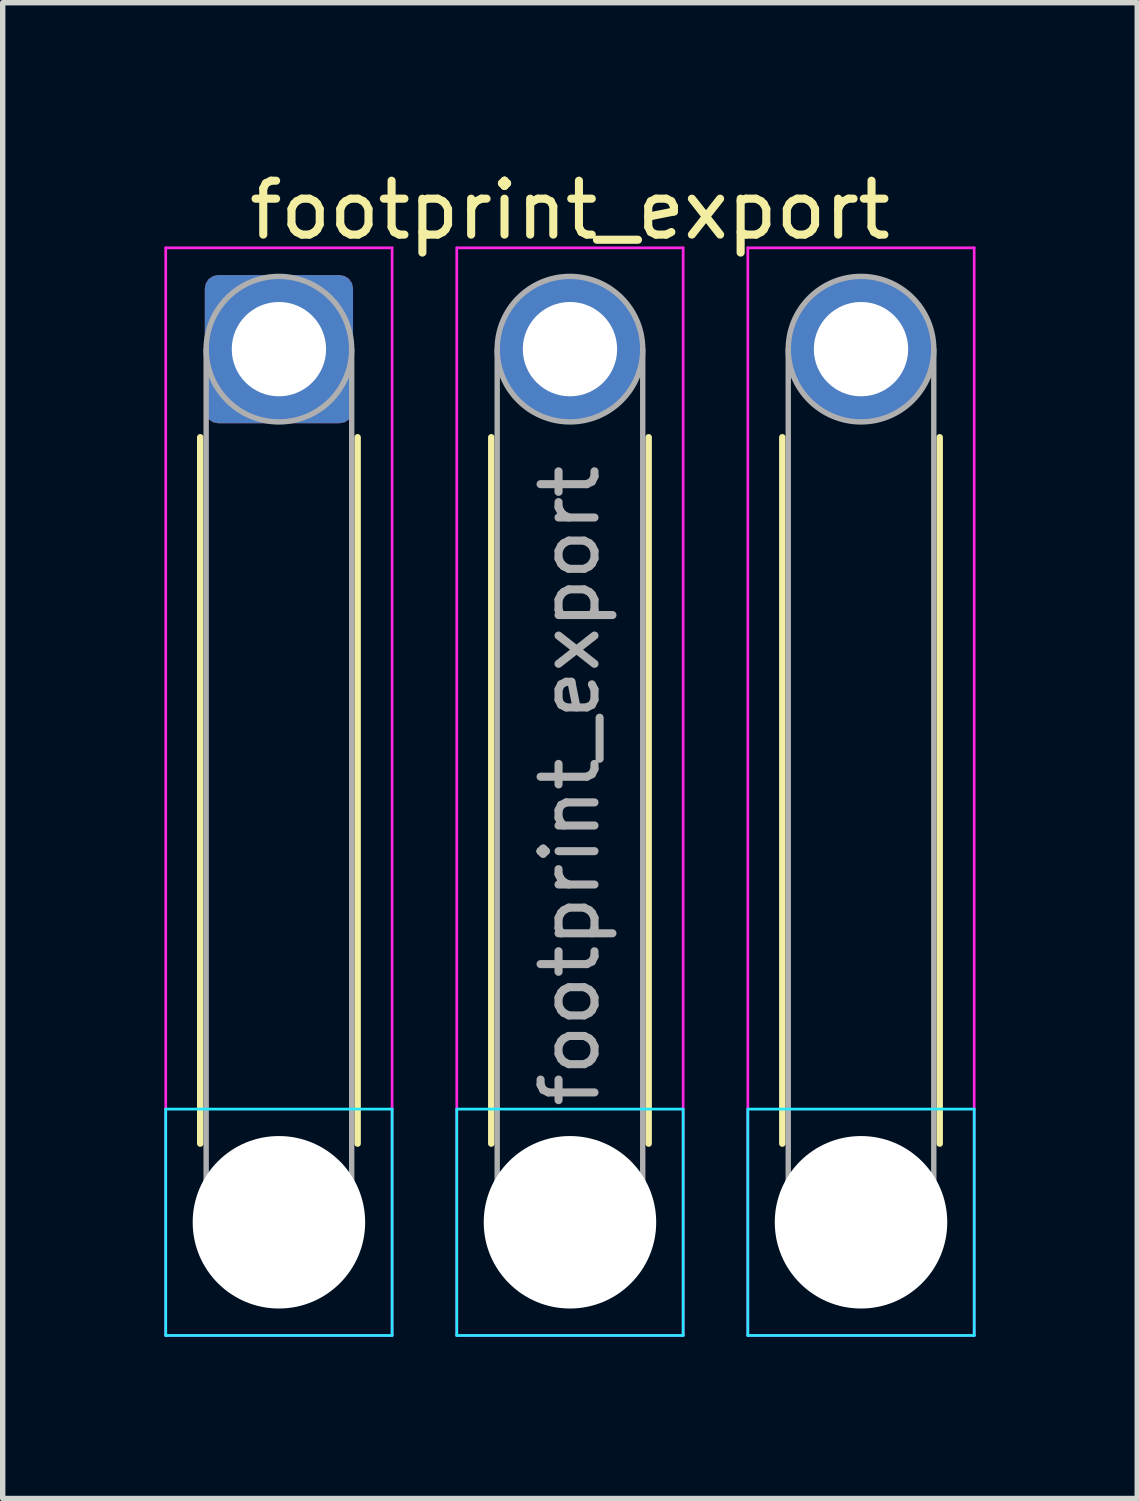
<source format=kicad_pcb>
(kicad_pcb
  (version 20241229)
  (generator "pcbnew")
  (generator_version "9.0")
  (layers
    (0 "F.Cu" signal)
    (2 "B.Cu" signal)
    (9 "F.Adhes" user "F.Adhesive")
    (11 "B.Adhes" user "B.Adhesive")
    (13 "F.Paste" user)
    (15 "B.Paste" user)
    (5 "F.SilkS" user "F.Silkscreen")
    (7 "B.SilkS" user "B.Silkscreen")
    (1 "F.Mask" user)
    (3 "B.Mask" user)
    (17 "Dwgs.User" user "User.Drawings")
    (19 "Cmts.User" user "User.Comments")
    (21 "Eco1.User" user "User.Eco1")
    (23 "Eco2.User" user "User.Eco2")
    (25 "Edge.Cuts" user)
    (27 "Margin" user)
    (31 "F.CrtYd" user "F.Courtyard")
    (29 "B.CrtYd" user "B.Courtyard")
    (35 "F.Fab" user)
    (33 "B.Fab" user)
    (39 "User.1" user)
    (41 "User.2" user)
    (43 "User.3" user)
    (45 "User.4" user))
  (footprint "footprint_export"
    (layer "F.Cu")
    (at 2.125 3.428)
    (property "Reference" "footprint_export" (at 5.4 -2.58 0) (layer "F.SilkS") (effects (font (size 1 1) (thickness 0.15))))
    (attr exclude_from_pos_files exclude_from_bom)
    (fp_line (start -1.46 1.635) (end -1.46 14.74) (stroke (width 0.12) (type solid)) (layer "F.SilkS"))
    (fp_line (start 1.46 1.635) (end 1.46 14.74) (stroke (width 0.12) (type solid)) (layer "F.SilkS"))
    (fp_line (start 3.94 1.635) (end 3.94 14.74) (stroke (width 0.12) (type solid)) (layer "F.SilkS"))
    (fp_line (start 6.86 1.635) (end 6.86 14.74) (stroke (width 0.12) (type solid)) (layer "F.SilkS"))
    (fp_line (start 9.34 1.635) (end 9.34 14.74) (stroke (width 0.12) (type solid)) (layer "F.SilkS"))
    (fp_line (start 12.26 1.635) (end 12.26 14.74) (stroke (width 0.12) (type solid)) (layer "F.SilkS"))
    (fp_line (start -2.1 14.1) (end -2.1 18.3) (stroke (width 0.05) (type solid)) (layer "B.CrtYd"))
    (fp_line (start -2.1 18.3) (end 2.1 18.3) (stroke (width 0.05) (type solid)) (layer "B.CrtYd"))
    (fp_line (start 2.1 14.1) (end -2.1 14.1) (stroke (width 0.05) (type solid)) (layer "B.CrtYd"))
    (fp_line (start 2.1 18.3) (end 2.1 14.1) (stroke (width 0.05) (type solid)) (layer "B.CrtYd"))
    (fp_line (start 3.3 14.1) (end 3.3 18.3) (stroke (width 0.05) (type solid)) (layer "B.CrtYd"))
    (fp_line (start 3.3 18.3) (end 7.5 18.3) (stroke (width 0.05) (type solid)) (layer "B.CrtYd"))
    (fp_line (start 7.5 14.1) (end 3.3 14.1) (stroke (width 0.05) (type solid)) (layer "B.CrtYd"))
    (fp_line (start 7.5 18.3) (end 7.5 14.1) (stroke (width 0.05) (type solid)) (layer "B.CrtYd"))
    (fp_line (start 8.7 14.1) (end 8.7 18.3) (stroke (width 0.05) (type solid)) (layer "B.CrtYd"))
    (fp_line (start 8.7 18.3) (end 12.9 18.3) (stroke (width 0.05) (type solid)) (layer "B.CrtYd"))
    (fp_line (start 12.9 14.1) (end 8.7 14.1) (stroke (width 0.05) (type solid)) (layer "B.CrtYd"))
    (fp_line (start 12.9 18.3) (end 12.9 14.1) (stroke (width 0.05) (type solid)) (layer "B.CrtYd"))
    (fp_line (start -2.1 -1.88) (end -2.1 18.3) (stroke (width 0.05) (type solid)) (layer "F.CrtYd"))
    (fp_line (start -2.1 18.3) (end 2.1 18.3) (stroke (width 0.05) (type solid)) (layer "F.CrtYd"))
    (fp_line (start 2.1 -1.88) (end -2.1 -1.88) (stroke (width 0.05) (type solid)) (layer "F.CrtYd"))
    (fp_line (start 2.1 18.3) (end 2.1 -1.88) (stroke (width 0.05) (type solid)) (layer "F.CrtYd"))
    (fp_line (start 3.3 -1.88) (end 3.3 18.3) (stroke (width 0.05) (type solid)) (layer "F.CrtYd"))
    (fp_line (start 3.3 18.3) (end 7.5 18.3) (stroke (width 0.05) (type solid)) (layer "F.CrtYd"))
    (fp_line (start 7.5 -1.88) (end 3.3 -1.88) (stroke (width 0.05) (type solid)) (layer "F.CrtYd"))
    (fp_line (start 7.5 18.3) (end 7.5 -1.88) (stroke (width 0.05) (type solid)) (layer "F.CrtYd"))
    (fp_line (start 8.7 -1.88) (end 8.7 18.3) (stroke (width 0.05) (type solid)) (layer "F.CrtYd"))
    (fp_line (start 8.7 18.3) (end 12.9 18.3) (stroke (width 0.05) (type solid)) (layer "F.CrtYd"))
    (fp_line (start 12.9 -1.88) (end 8.7 -1.88) (stroke (width 0.05) (type solid)) (layer "F.CrtYd"))
    (fp_line (start 12.9 18.3) (end 12.9 -1.88) (stroke (width 0.05) (type solid)) (layer "F.CrtYd"))
    (fp_line (start -1.35 0) (end -1.35 16.2) (stroke (width 0.1) (type solid)) (layer "F.Fab"))
    (fp_line (start 1.35 0) (end 1.35 16.2) (stroke (width 0.1) (type solid)) (layer "F.Fab"))
    (fp_line (start 4.05 0) (end 4.05 16.2) (stroke (width 0.1) (type solid)) (layer "F.Fab"))
    (fp_line (start 6.75 0) (end 6.75 16.2) (stroke (width 0.1) (type solid)) (layer "F.Fab"))
    (fp_line (start 9.45 0) (end 9.45 16.2) (stroke (width 0.1) (type solid)) (layer "F.Fab"))
    (fp_line (start 12.15 0) (end 12.15 16.2) (stroke (width 0.1) (type solid)) (layer "F.Fab"))
    (fp_circle (center 0 0) (end 1.35 0) (stroke (width 0.1) (type solid)) (fill no) (layer "F.Fab"))
    (fp_circle (center 0 16.2) (end 1.35 16.2) (stroke (width 0.1) (type solid)) (fill no) (layer "F.Fab"))
    (fp_circle (center 5.4 0) (end 6.75 0) (stroke (width 0.1) (type solid)) (fill no) (layer "F.Fab"))
    (fp_circle (center 5.4 16.2) (end 6.75 16.2) (stroke (width 0.1) (type solid)) (fill no) (layer "F.Fab"))
    (fp_circle (center 10.8 0) (end 12.15 0) (stroke (width 0.1) (type solid)) (fill no) (layer "F.Fab"))
    (fp_circle (center 10.8 16.2) (end 12.15 16.2) (stroke (width 0.1) (type solid)) (fill no) (layer "F.Fab"))
    (fp_text user "${REFERENCE}" (at 5.4 8.1 90) (layer "F.Fab") (effects (font (size 1 1) (thickness 0.15))))
    (pad "" np_thru_hole circle (at 0 16.2) (size 3.2 3.2) (drill 3.2) (layers "*.Cu" "*.Mask"))
    (pad "" np_thru_hole circle (at 5.4 16.2) (size 3.2 3.2) (drill 3.2) (layers "*.Cu" "*.Mask"))
    (pad "" np_thru_hole circle (at 10.8 16.2) (size 3.2 3.2) (drill 3.2) (layers "*.Cu" "*.Mask"))
    (pad "1" thru_hole roundrect (at 0 0) (size 2.75 2.75) (drill 1.75) (layers "*.Cu" "*.Mask") (roundrect_rratio 0.091))
    (pad "2" thru_hole circle (at 5.4 0) (size 2.75 2.75) (drill 1.75) (layers "*.Cu" "*.Mask"))
    (pad "3" thru_hole circle (at 10.8 0) (size 2.75 2.75) (drill 1.75) (layers "*.Cu" "*.Mask")))
  (gr_rect
    (start -3 -3)
    (end 18.05 24.753)
    (stroke (width 0.1) (type default))
    (fill no)
    (layer "Edge.Cuts")))
</source>
